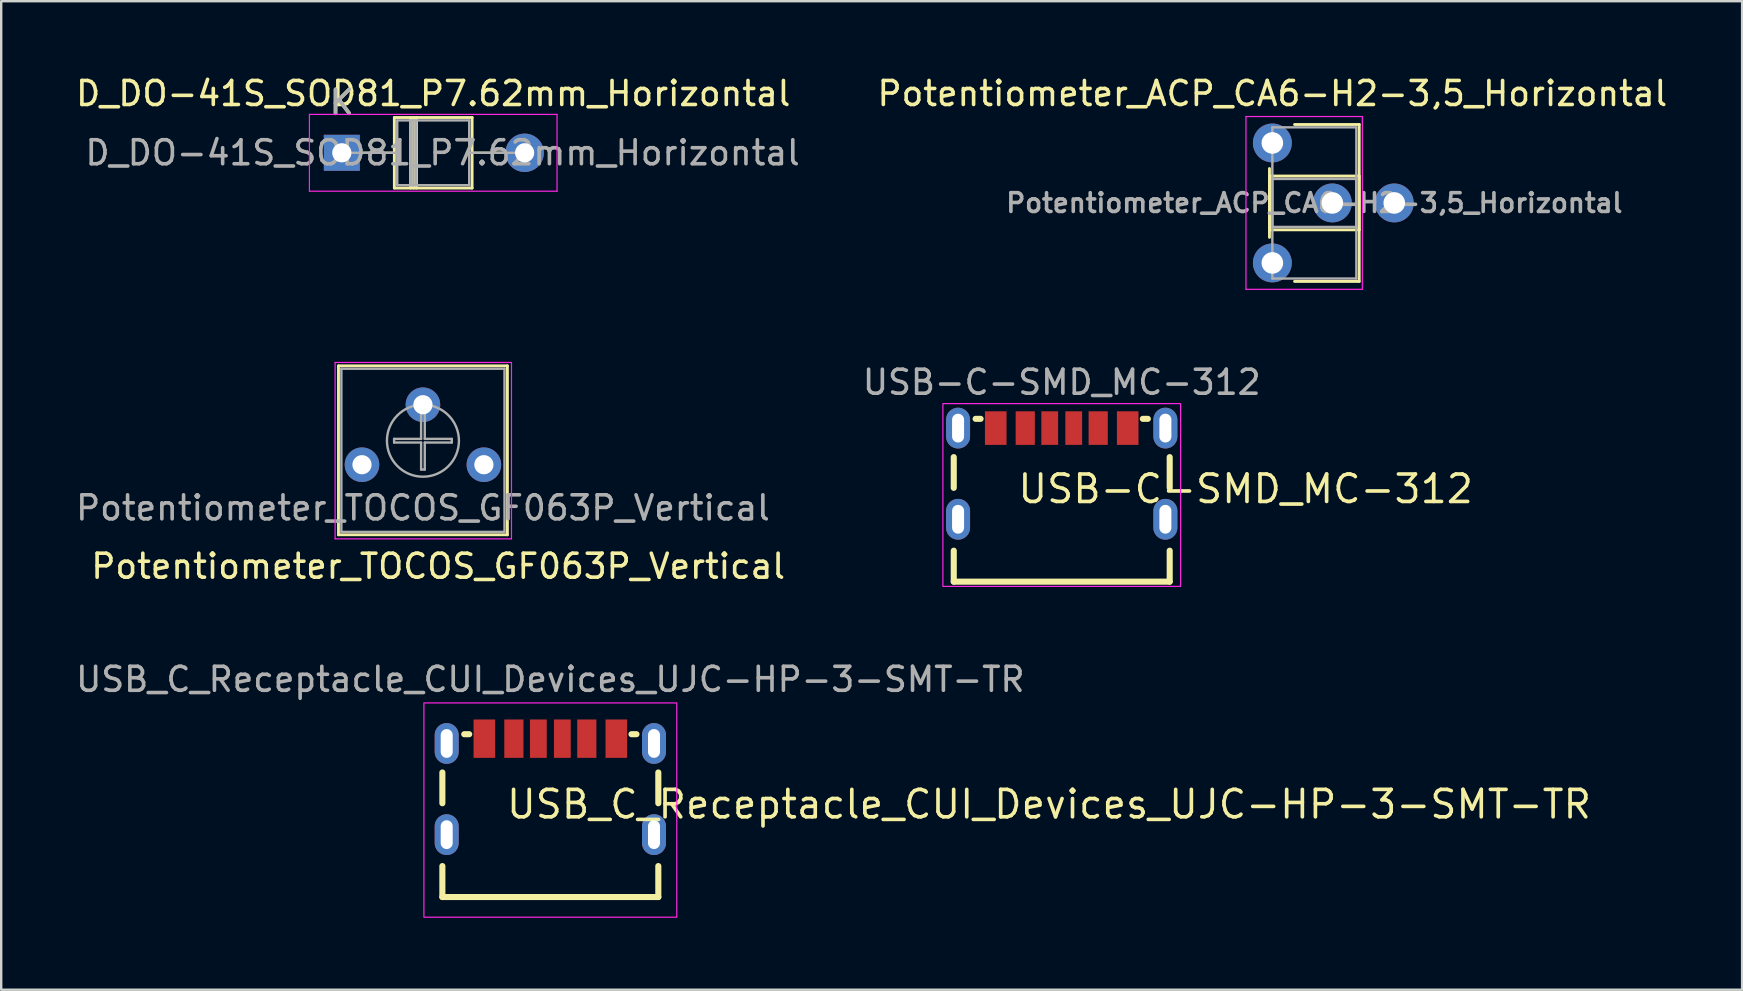
<source format=kicad_pcb>
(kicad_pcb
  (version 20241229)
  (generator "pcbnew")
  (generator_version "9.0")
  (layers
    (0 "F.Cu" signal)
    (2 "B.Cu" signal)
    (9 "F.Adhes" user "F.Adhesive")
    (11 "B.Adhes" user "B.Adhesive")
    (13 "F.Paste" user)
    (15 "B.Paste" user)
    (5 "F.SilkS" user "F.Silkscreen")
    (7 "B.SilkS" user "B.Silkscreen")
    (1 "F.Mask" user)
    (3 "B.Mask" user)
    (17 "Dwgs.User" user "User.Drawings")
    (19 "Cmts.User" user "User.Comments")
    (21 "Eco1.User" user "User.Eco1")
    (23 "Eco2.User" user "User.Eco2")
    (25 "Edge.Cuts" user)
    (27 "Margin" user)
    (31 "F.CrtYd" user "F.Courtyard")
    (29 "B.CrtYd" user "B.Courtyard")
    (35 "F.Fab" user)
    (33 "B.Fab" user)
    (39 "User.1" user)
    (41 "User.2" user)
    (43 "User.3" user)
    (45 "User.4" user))
  (footprint "Potentiometer_TOCOS_GF063P_Vertical"
    (layer "F.Cu")
    (at 12.037 16.318)
    (property "Reference" "Potentiometer_TOCOS_GF063P_Vertical" (at 3.175 4.232 180) (layer "F.SilkS") (effects (font (size 1 1) (thickness 0.15))))
    (attr through_hole)
    (fp_line (start -0.98 -4.12) (end 6.06 -4.12) (stroke (width 0.12) (type solid)) (layer "F.SilkS"))
    (fp_line (start -0.98 2.92) (end -0.98 -4.12) (stroke (width 0.12) (type solid)) (layer "F.SilkS"))
    (fp_line (start -0.98 2.92) (end 6.06 2.92) (stroke (width 0.12) (type solid)) (layer "F.SilkS"))
    (fp_line (start 6.06 2.92) (end 6.06 -4.12) (stroke (width 0.12) (type solid)) (layer "F.SilkS"))
    (fp_line (start -1.12 -4.26) (end -1.12 3.09) (stroke (width 0.05) (type solid)) (layer "F.CrtYd"))
    (fp_line (start -1.12 3.09) (end 6.23 3.09) (stroke (width 0.05) (type solid)) (layer "F.CrtYd"))
    (fp_line (start 6.23 -4.26) (end -1.12 -4.26) (stroke (width 0.05) (type solid)) (layer "F.CrtYd"))
    (fp_line (start 6.23 3.09) (end 6.23 -4.26) (stroke (width 0.05) (type solid)) (layer "F.CrtYd"))
    (fp_line (start -0.86 -4) (end -0.86 2.8) (stroke (width 0.1) (type solid)) (layer "F.Fab"))
    (fp_line (start -0.86 2.8) (end 5.94 2.8) (stroke (width 0.1) (type solid)) (layer "F.Fab"))
    (fp_line (start 1.339 -1.076) (end 2.464 -1.076) (stroke (width 0.1) (type solid)) (layer "F.Fab"))
    (fp_line (start 1.339 -0.924) (end 1.339 -1.076) (stroke (width 0.1) (type solid)) (layer "F.Fab"))
    (fp_line (start 2.464 -2.201) (end 2.616 -2.201) (stroke (width 0.1) (type solid)) (layer "F.Fab"))
    (fp_line (start 2.464 -1.076) (end 2.464 -2.201) (stroke (width 0.1) (type solid)) (layer "F.Fab"))
    (fp_line (start 2.464 -0.924) (end 1.339 -0.924) (stroke (width 0.1) (type solid)) (layer "F.Fab"))
    (fp_line (start 2.464 0.201) (end 2.464 -0.924) (stroke (width 0.1) (type solid)) (layer "F.Fab"))
    (fp_line (start 2.616 -2.201) (end 2.616 -1.076) (stroke (width 0.1) (type solid)) (layer "F.Fab"))
    (fp_line (start 2.616 -1.076) (end 3.741 -1.076) (stroke (width 0.1) (type solid)) (layer "F.Fab"))
    (fp_line (start 2.616 -0.924) (end 2.616 0.201) (stroke (width 0.1) (type solid)) (layer "F.Fab"))
    (fp_line (start 2.616 0.201) (end 2.464 0.201) (stroke (width 0.1) (type solid)) (layer "F.Fab"))
    (fp_line (start 3.741 -1.076) (end 3.741 -0.924) (stroke (width 0.1) (type solid)) (layer "F.Fab"))
    (fp_line (start 3.741 -0.924) (end 2.616 -0.924) (stroke (width 0.1) (type solid)) (layer "F.Fab"))
    (fp_line (start 5.94 -4) (end -0.86 -4) (stroke (width 0.1) (type solid)) (layer "F.Fab"))
    (fp_line (start 5.94 2.8) (end 5.94 -4) (stroke (width 0.1) (type solid)) (layer "F.Fab"))
    (fp_circle (center 2.54 -1) (end 2.54 -2.5) (stroke (width 0.1) (type solid)) (fill no) (layer "F.Fab"))
    (fp_text user "${REFERENCE}" (at 2.54 1.8 180) (layer "F.Fab") (effects (font (size 1 1) (thickness 0.15))))
    (pad "1" thru_hole circle (at 0 0 90) (size 1.44 1.44) (drill 0.8) (layers "*.Cu" "*.Mask"))
    (pad "2" thru_hole circle (at 2.54 -2.5 90) (size 1.44 1.44) (drill 0.8) (layers "*.Cu" "*.Mask"))
    (pad "3" thru_hole circle (at 5.08 0 90) (size 1.44 1.44) (drill 0.8) (layers "*.Cu" "*.Mask")))
  (footprint "Potentiometer_ACP_CA6-H2-3,5_Horizontal"
    (layer "F.Cu")
    (at 49.979 2.908)
    (property "Reference" "Potentiometer_ACP_CA6-H2-3,5_Horizontal" (at 0 -2.06 0) (layer "F.SilkS") (effects (font (size 1 1) (thickness 0.15))))
    (attr through_hole)
    (fp_line (start -0.121 1.066) (end -0.121 3.935) (stroke (width 0.12) (type solid)) (layer "F.SilkS"))
    (fp_line (start -0.121 1.38) (end -0.121 3.62) (stroke (width 0.12) (type solid)) (layer "F.SilkS"))
    (fp_line (start -0.121 1.38) (end 3.62 1.38) (stroke (width 0.12) (type solid)) (layer "F.SilkS"))
    (fp_line (start -0.121 3.62) (end 3.62 3.62) (stroke (width 0.12) (type solid)) (layer "F.SilkS"))
    (fp_line (start 0.925 -0.77) (end 3.62 -0.77) (stroke (width 0.12) (type solid)) (layer "F.SilkS"))
    (fp_line (start 0.925 5.77) (end 3.62 5.77) (stroke (width 0.12) (type solid)) (layer "F.SilkS"))
    (fp_line (start 3.62 -0.77) (end 3.62 5.77) (stroke (width 0.12) (type solid)) (layer "F.SilkS"))
    (fp_line (start 3.62 1.38) (end 3.62 3.62) (stroke (width 0.12) (type solid)) (layer "F.SilkS"))
    (fp_line (start -1.1 -1.1) (end -1.1 6.1) (stroke (width 0.05) (type solid)) (layer "F.CrtYd"))
    (fp_line (start -1.1 6.1) (end 3.75 6.1) (stroke (width 0.05) (type solid)) (layer "F.CrtYd"))
    (fp_line (start 3.75 -1.1) (end -1.1 -1.1) (stroke (width 0.05) (type solid)) (layer "F.CrtYd"))
    (fp_line (start 3.75 6.1) (end 3.75 -1.1) (stroke (width 0.05) (type solid)) (layer "F.CrtYd"))
    (fp_line (start 0 -0.65) (end 3.5 -0.65) (stroke (width 0.1) (type solid)) (layer "F.Fab"))
    (fp_line (start 0 1.5) (end 0 3.5) (stroke (width 0.1) (type solid)) (layer "F.Fab"))
    (fp_line (start 0 3.5) (end 3.5 3.5) (stroke (width 0.1) (type solid)) (layer "F.Fab"))
    (fp_line (start 0 5.65) (end 0 -0.65) (stroke (width 0.1) (type solid)) (layer "F.Fab"))
    (fp_line (start 3.5 -0.65) (end 3.5 5.65) (stroke (width 0.1) (type solid)) (layer "F.Fab"))
    (fp_line (start 3.5 1.5) (end 0 1.5) (stroke (width 0.1) (type solid)) (layer "F.Fab"))
    (fp_line (start 3.5 3.5) (end 3.5 1.5) (stroke (width 0.1) (type solid)) (layer "F.Fab"))
    (fp_line (start 3.5 5.65) (end 0 5.65) (stroke (width 0.1) (type solid)) (layer "F.Fab"))
    (fp_text user "${REFERENCE}" (at 1.75 2.5 0) (layer "F.Fab") (effects (font (size 0.78 0.78) (thickness 0.15))))
    (pad "1" thru_hole circle (at 0 0) (size 1.62 1.62) (drill 0.9) (layers "*.Cu" "*.Mask"))
    (pad "2" thru_hole circle (at 2.5 2.5) (size 1.62 1.62) (drill 0.9) (layers "*.Cu" "*.Mask"))
    (pad "2" thru_hole circle (at 5.08 2.5) (size 1.62 1.62) (drill 0.9) (layers "*.Cu" "*.Mask"))
    (pad "3" thru_hole circle (at 0 5) (size 1.62 1.62) (drill 0.9) (layers "*.Cu" "*.Mask")))
  (footprint "USB_C_Receptacle_CUI_Devices_UJC-HP-3-SMT-TR"
    (layer "F.Cu")
    (at 19.887 29.836)
    (property "Reference" "USB_C_Receptacle_CUI_Devices_UJC-HP-3-SMT-TR" (at -1.905 0.635 0) (layer "F.SilkS") (effects (font (size 1.143 1.143) (thickness 0.152)) (justify left)))
    (attr smd)
    (fp_line (start -4.5 0.591) (end -4.5 -0.691) (stroke (width 0.254) (type solid)) (layer "F.SilkS"))
    (fp_line (start -4.5 4.5) (end -4.5 3.209) (stroke (width 0.254) (type solid)) (layer "F.SilkS"))
    (fp_line (start -4.5 4.5) (end 4.5 4.5) (stroke (width 0.254) (type solid)) (layer "F.SilkS"))
    (fp_line (start -3.589 -2.286) (end -3.381 -2.286) (stroke (width 0.254) (type solid)) (layer "F.SilkS"))
    (fp_line (start 3.589 -2.286) (end 3.381 -2.286) (stroke (width 0.254) (type solid)) (layer "F.SilkS"))
    (fp_line (start 4.5 0.591) (end 4.5 -0.691) (stroke (width 0.254) (type solid)) (layer "F.SilkS"))
    (fp_line (start 4.5 4.5) (end 4.5 3.209) (stroke (width 0.254) (type solid)) (layer "F.SilkS"))
    (fp_poly (pts (xy -3.2 -2.9) (xy -2.3 -2.9) (xy -2.3 -1.3) (xy -3.2 -1.3)) (stroke (width 0) (type solid)) (fill yes) (layer "F.Paste"))
    (fp_poly (pts (xy -1.92 -2.9) (xy -1.12 -2.9) (xy -1.12 -1.3) (xy -1.92 -1.3)) (stroke (width 0) (type solid)) (fill yes) (layer "F.Paste"))
    (fp_poly (pts (xy -0.85 -2.9) (xy -0.15 -2.9) (xy -0.15 -1.3) (xy -0.85 -1.3)) (stroke (width 0) (type solid)) (fill yes) (layer "F.Paste"))
    (fp_poly (pts (xy 0.15 -2.9) (xy 0.85 -2.9) (xy 0.85 -1.3) (xy 0.15 -1.3)) (stroke (width 0) (type solid)) (fill yes) (layer "F.Paste"))
    (fp_poly (pts (xy 1.12 -2.9) (xy 1.92 -2.9) (xy 1.92 -1.3) (xy 1.12 -1.3)) (stroke (width 0) (type solid)) (fill yes) (layer "F.Paste"))
    (fp_poly (pts (xy 2.3 -2.9) (xy 3.2 -2.9) (xy 3.2 -1.3) (xy 2.3 -1.3)) (stroke (width 0) (type solid)) (fill yes) (layer "F.Paste"))
    (fp_rect (start -5.27 -3.59) (end 5.27 5.34) (stroke (width 0.05) (type default)) (fill no) (layer "F.CrtYd"))
    (fp_text user "${REFERENCE}" (at 0 -4.572 0) (layer "F.Fab") (effects (font (size 1 1) (thickness 0.15))))
    (pad "" thru_hole oval (at -4.32 -1.9) (size 1 1.7) (drill oval 0.5 1.2) (layers "*.Cu" "*.Paste" "*.Mask"))
    (pad "" thru_hole oval (at -4.32 1.9) (size 1 1.7) (drill oval 0.5 1.2) (layers "*.Cu" "*.Paste" "*.Mask"))
    (pad "" thru_hole oval (at 4.32 -1.9) (size 1 1.7) (drill oval 0.5 1.2) (layers "*.Cu" "*.Paste" "*.Mask"))
    (pad "" thru_hole oval (at 4.32 1.9) (size 1 1.7) (drill oval 0.5 1.2) (layers "*.Cu" "*.Paste" "*.Mask"))
    (pad "A5" smd rect (at -0.5 -2.1) (size 0.7 1.6) (layers "F.Cu" "F.Mask" "F.Paste"))
    (pad "A9" smd rect (at 1.52 -2.1) (size 0.8 1.6) (layers "F.Cu" "F.Mask" "F.Paste"))
    (pad "A12" smd rect (at 2.75 -2.1) (size 0.9 1.6) (layers "F.Cu" "F.Mask" "F.Paste"))
    (pad "B5" smd rect (at 0.5 -2.1) (size 0.7 1.6) (layers "F.Cu" "F.Mask" "F.Paste"))
    (pad "B9" smd rect (at -1.52 -2.1) (size 0.8 1.6) (layers "F.Cu" "F.Mask" "F.Paste"))
    (pad "B12" smd rect (at -2.75 -2.1) (size 0.9 1.6) (layers "F.Cu" "F.Mask" "F.Paste")))
  (footprint "USB-C-SMD_MC-312"
    (layer "F.Cu")
    (at 41.2 16.692)
    (property "Reference" "USB-C-SMD_MC-312" (at -1.905 0.635 0) (layer "F.SilkS") (effects (font (size 1.143 1.143) (thickness 0.152)) (justify left)))
    (attr smd)
    (fp_line (start -4.5 0.591) (end -4.5 -0.691) (stroke (width 0.254) (type solid)) (layer "F.SilkS"))
    (fp_line (start -4.5 4.5) (end -4.5 3.209) (stroke (width 0.254) (type solid)) (layer "F.SilkS"))
    (fp_line (start -4.5 4.5) (end 4.5 4.5) (stroke (width 0.254) (type solid)) (layer "F.SilkS"))
    (fp_line (start -3.589 -2.286) (end -3.381 -2.286) (stroke (width 0.254) (type solid)) (layer "F.SilkS"))
    (fp_line (start 3.589 -2.286) (end 3.381 -2.286) (stroke (width 0.254) (type solid)) (layer "F.SilkS"))
    (fp_line (start 4.5 0.591) (end 4.5 -0.691) (stroke (width 0.254) (type solid)) (layer "F.SilkS"))
    (fp_line (start 4.5 4.5) (end 4.5 3.209) (stroke (width 0.254) (type solid)) (layer "F.SilkS"))
    (fp_poly (pts (xy -3.2 -2.6) (xy -2.3 -2.6) (xy -2.3 -1.2) (xy -3.2 -1.2)) (stroke (width 0) (type solid)) (fill yes) (layer "F.Paste"))
    (fp_poly (pts (xy -1.922 -2.605) (xy -1.122 -2.605) (xy -1.122 -1.205) (xy -1.922 -1.205)) (stroke (width 0) (type solid)) (fill yes) (layer "F.Paste"))
    (fp_poly (pts (xy -0.85 -2.6) (xy -0.15 -2.6) (xy -0.15 -1.2) (xy -0.85 -1.2)) (stroke (width 0) (type solid)) (fill yes) (layer "F.Paste"))
    (fp_poly (pts (xy 0.15 -2.6) (xy 0.85 -2.6) (xy 0.85 -1.2) (xy 0.15 -1.2)) (stroke (width 0) (type solid)) (fill yes) (layer "F.Paste"))
    (fp_poly (pts (xy 1.118 -2.605) (xy 1.918 -2.605) (xy 1.918 -1.205) (xy 1.118 -1.205)) (stroke (width 0) (type solid)) (fill yes) (layer "F.Paste"))
    (fp_poly (pts (xy 2.3 -2.6) (xy 3.2 -2.6) (xy 3.2 -1.2) (xy 2.3 -1.2)) (stroke (width 0) (type solid)) (fill yes) (layer "F.Paste"))
    (fp_rect (start -4.953 -2.921) (end 4.953 4.699) (stroke (width 0.05) (type default)) (fill no) (layer "F.CrtYd"))
    (fp_text user "${REFERENCE}" (at 0 -3.81 0) (layer "F.Fab") (effects (font (size 1 1) (thickness 0.15))))
    (pad "" thru_hole oval (at -4.32 -1.9) (size 1 1.7) (drill oval 0.5 1.2) (layers "*.Cu" "*.Paste" "*.Mask"))
    (pad "" thru_hole oval (at -4.32 1.9) (size 1 1.7) (drill oval 0.5 1.2) (layers "*.Cu" "*.Paste" "*.Mask"))
    (pad "" thru_hole oval (at 4.32 -1.9) (size 1 1.7) (drill oval 0.5 1.2) (layers "*.Cu" "*.Paste" "*.Mask"))
    (pad "" thru_hole oval (at 4.32 1.9) (size 1 1.7) (drill oval 0.5 1.2) (layers "*.Cu" "*.Paste" "*.Mask"))
    (pad "A5" smd rect (at -0.5 -1.9) (size 0.7 1.4) (layers "F.Cu" "F.Mask" "F.Paste"))
    (pad "A9" smd rect (at 1.52 -1.9) (size 0.8 1.4) (layers "F.Cu" "F.Mask" "F.Paste"))
    (pad "A12" smd rect (at 2.75 -1.9) (size 0.9 1.4) (layers "F.Cu" "F.Mask" "F.Paste"))
    (pad "B5" smd rect (at 0.5 -1.9) (size 0.7 1.4) (layers "F.Cu" "F.Mask" "F.Paste"))
    (pad "B9" smd rect (at -1.52 -1.9) (size 0.8 1.4) (layers "F.Cu" "F.Mask" "F.Paste"))
    (pad "B12" smd rect (at -2.75 -1.9) (size 0.9 1.4) (layers "F.Cu" "F.Mask" "F.Paste")))
  (footprint "D_DO-41S_SOD81_P7.62mm_Horizontal"
    (layer "F.Cu")
    (at 11.196 3.318)
    (property "Reference" "D_DO-41S_SOD81_P7.62mm_Horizontal" (at 3.81 -2.47 0) (layer "F.SilkS") (effects (font (size 1 1) (thickness 0.15))))
    (attr through_hole)
    (fp_line (start 0.9 0) (end 2.19 0) (stroke (width 0.1) (type default)) (layer "F.SilkS"))
    (fp_line (start 2.19 -1.47) (end 5.43 -1.47) (stroke (width 0.12) (type solid)) (layer "F.SilkS"))
    (fp_line (start 2.19 1.47) (end 2.19 -1.47) (stroke (width 0.12) (type solid)) (layer "F.SilkS"))
    (fp_line (start 2.19 1.47) (end 5.43 1.47) (stroke (width 0.12) (type solid)) (layer "F.SilkS"))
    (fp_line (start 2.87 -1.47) (end 2.87 1.47) (stroke (width 0.12) (type solid)) (layer "F.SilkS"))
    (fp_line (start 2.99 -1.47) (end 2.99 1.47) (stroke (width 0.12) (type solid)) (layer "F.SilkS"))
    (fp_line (start 3.11 -1.47) (end 3.11 1.47) (stroke (width 0.12) (type solid)) (layer "F.SilkS"))
    (fp_line (start 5.43 -1.47) (end 5.43 1.47) (stroke (width 0.12) (type solid)) (layer "F.SilkS"))
    (fp_line (start 6.67 0) (end 5.43 0) (stroke (width 0.1) (type default)) (layer "F.SilkS"))
    (fp_line (start -1.35 -1.6) (end -1.35 1.6) (stroke (width 0.05) (type solid)) (layer "F.CrtYd"))
    (fp_line (start -1.35 1.6) (end 8.97 1.6) (stroke (width 0.05) (type solid)) (layer "F.CrtYd"))
    (fp_line (start 8.97 -1.6) (end -1.35 -1.6) (stroke (width 0.05) (type solid)) (layer "F.CrtYd"))
    (fp_line (start 8.97 1.6) (end 8.97 -1.6) (stroke (width 0.05) (type solid)) (layer "F.CrtYd"))
    (fp_line (start 0 0) (end 2.31 0) (stroke (width 0.1) (type solid)) (layer "F.Fab"))
    (fp_line (start 2.31 -1.35) (end 2.31 1.35) (stroke (width 0.1) (type solid)) (layer "F.Fab"))
    (fp_line (start 2.31 1.35) (end 5.31 1.35) (stroke (width 0.1) (type solid)) (layer "F.Fab"))
    (fp_line (start 2.89 -1.35) (end 2.89 1.35) (stroke (width 0.1) (type solid)) (layer "F.Fab"))
    (fp_line (start 2.99 -1.35) (end 2.99 1.35) (stroke (width 0.1) (type solid)) (layer "F.Fab"))
    (fp_line (start 3.09 -1.35) (end 3.09 1.35) (stroke (width 0.1) (type solid)) (layer "F.Fab"))
    (fp_line (start 5.31 -1.35) (end 2.31 -1.35) (stroke (width 0.1) (type solid)) (layer "F.Fab"))
    (fp_line (start 5.31 1.35) (end 5.31 -1.35) (stroke (width 0.1) (type solid)) (layer "F.Fab"))
    (fp_line (start 7.62 0) (end 5.31 0) (stroke (width 0.1) (type solid)) (layer "F.Fab"))
    (fp_text user "K" (at 0 -2.1 0) (layer "F.SilkS") (effects (font (size 1 1) (thickness 0.15))))
    (fp_text user "${REFERENCE}" (at 4.2 0 0) (layer "F.Fab") (effects (font (size 1 1) (thickness 0.15))))
    (fp_text user "K" (at 0 -2.1 0) (layer "F.Fab") (effects (font (size 1 1) (thickness 0.15))))
    (pad "1" thru_hole rect (at 0 0) (size 1.5 1.5) (drill 0.8) (layers "*.Cu" "*.Mask"))
    (pad "2" thru_hole circle (at 7.62 0) (size 1.6 1.6) (drill 0.8) (layers "*.Cu" "*.Mask")))
  (gr_rect
    (start -3 -3)
    (end 69.557 38.201)
    (stroke (width 0.1) (type default))
    (fill no)
    (layer "Edge.Cuts")))
</source>
